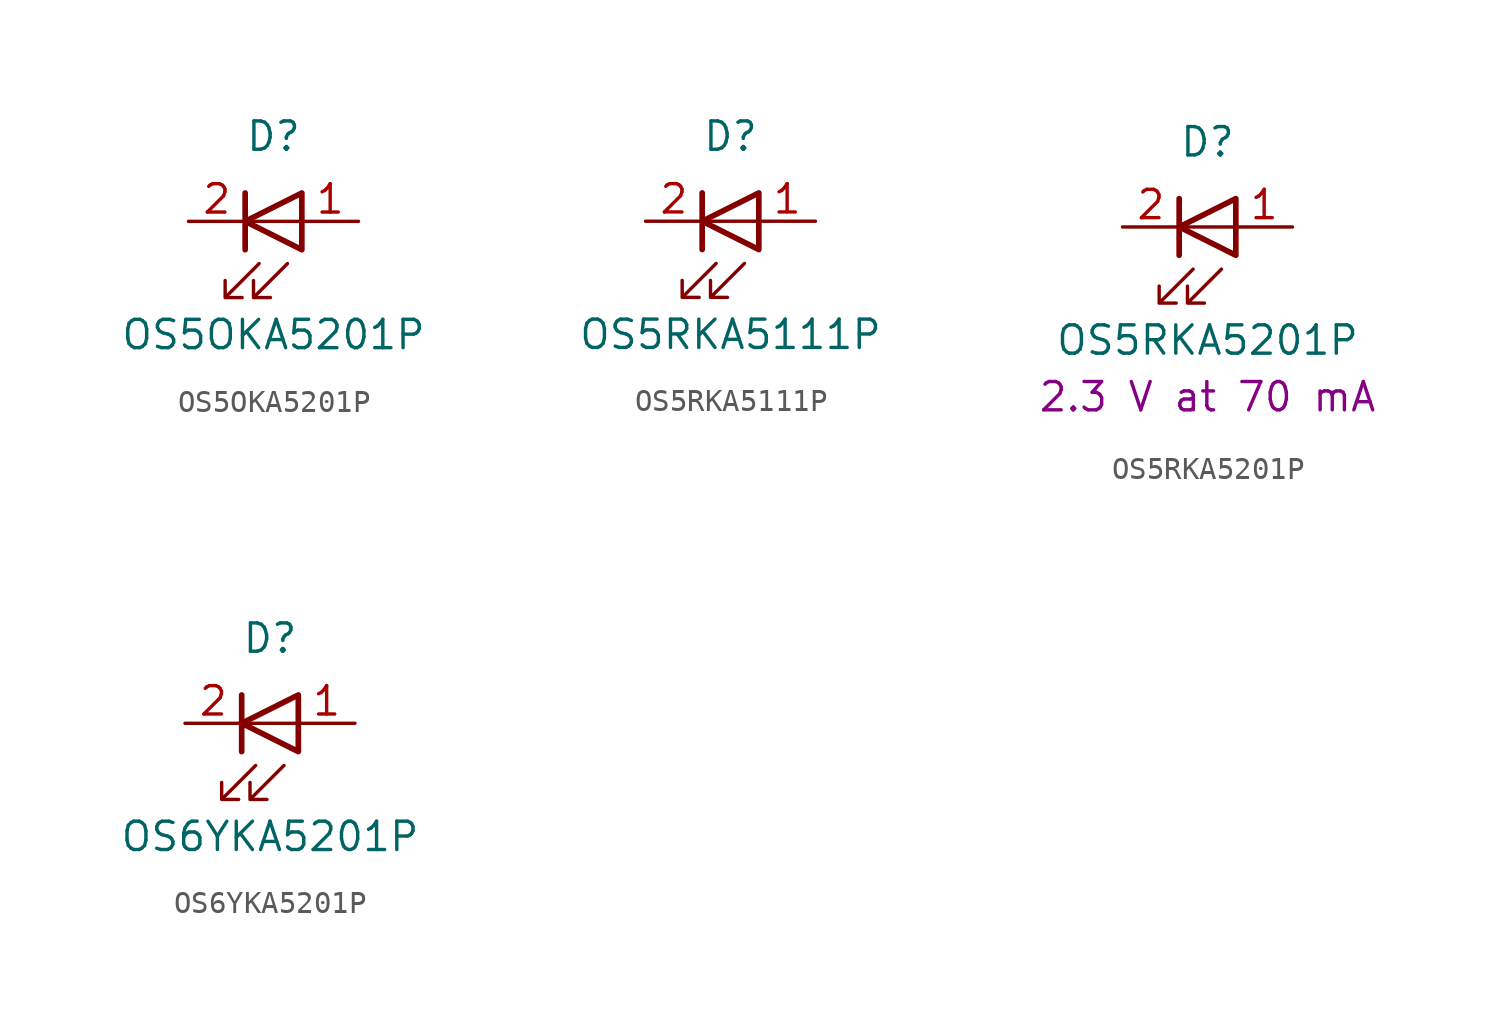
<source format=kicad_sym>
(kicad_symbol_lib
  (version 20220914)
  (generator kicad_symbol_editor)
  (symbol "OS5OKA5201P"
    (pin_names hide)
    (property "Reference" "D"
      (at 0 3.81 0)
      (effects (font (size 1.27 1.27))))
    (property "Value" "OS5OKA5201P"
      (at 0 -5.08 0)
      (effects (font (size 1.27 1.27))))
    (symbol "OS5OKA5201P_0_1"
      (polyline (pts (xy -1.27 -1.27) (xy -1.27 1.27)) (stroke (width 0.254) (type default)) (fill (type none)))
      (polyline (pts (xy -1.27 0) (xy 1.27 0)) (stroke (width 0) (type default)) (fill (type none)))
      (polyline (pts (xy 1.27 -1.27) (xy 1.27 1.27) (xy -1.27 0) (xy 1.27 -1.27)) (stroke (width 0.254) (type default)) (fill (type none)))
      (polyline (pts (xy -0.643 -1.891) (xy -2.167 -3.415) (xy -1.405 -3.415) (xy -2.167 -3.415) (xy -2.167 -2.653)) (stroke (width 0) (type default)) (fill (type none)))
      (polyline (pts (xy 0.627 -1.891) (xy -0.897 -3.415) (xy -0.135 -3.415) (xy -0.897 -3.415) (xy -0.897 -2.653)) (stroke (width 0) (type default)) (fill (type none))))
    (symbol "OS5OKA5201P_1_1"
      (pin passive line (at 3.81 0 180) (length 2.54) (name "A" (effects (font (size 1.27 1.27)))) (number "1" (effects (font (size 1.27 1.27)))))
      (pin passive line (at -3.81 0 0) (length 2.54) (name "K" (effects (font (size 1.27 1.27)))) (number "2" (effects (font (size 1.27 1.27)))))))
  (symbol "OS5RKA5111P"
    (pin_names hide)
    (property "Reference" "D"
      (at 0 3.81 0)
      (effects (font (size 1.27 1.27))))
    (property "Value" "OS5RKA5111P"
      (at 0 -5.08 0)
      (effects (font (size 1.27 1.27))))
    (symbol "OS5RKA5111P_0_1"
      (polyline (pts (xy -1.27 -1.27) (xy -1.27 1.27)) (stroke (width 0.254) (type default)) (fill (type none)))
      (polyline (pts (xy -1.27 0) (xy 1.27 0)) (stroke (width 0) (type default)) (fill (type none)))
      (polyline (pts (xy 1.27 -1.27) (xy 1.27 1.27) (xy -1.27 0) (xy 1.27 -1.27)) (stroke (width 0.254) (type default)) (fill (type none)))
      (polyline (pts (xy -0.643 -1.891) (xy -2.167 -3.415) (xy -1.405 -3.415) (xy -2.167 -3.415) (xy -2.167 -2.653)) (stroke (width 0) (type default)) (fill (type none)))
      (polyline (pts (xy 0.627 -1.891) (xy -0.897 -3.415) (xy -0.135 -3.415) (xy -0.897 -3.415) (xy -0.897 -2.653)) (stroke (width 0) (type default)) (fill (type none))))
    (symbol "OS5RKA5111P_1_1"
      (pin passive line (at 3.81 0 180) (length 2.54) (name "A" (effects (font (size 1.27 1.27)))) (number "1" (effects (font (size 1.27 1.27)))))
      (pin passive line (at -3.81 0 0) (length 2.54) (name "K" (effects (font (size 1.27 1.27)))) (number "2" (effects (font (size 1.27 1.27)))))))
  (symbol "OS5RKA5201P"
    (pin_names hide)
    (property "Reference" "D"
      (at 0 3.81 0)
      (effects (font (size 1.27 1.27))))
    (property "Value" "OS5RKA5201P"
      (at 0 -5.08 0)
      (effects (font (size 1.27 1.27))))
    (property "V_I" "2.3 V at 70 mA"
      (at 0 -7.62 0)
      (effects (font (size 1.27 1.27))))
    (symbol "OS5RKA5201P_0_1"
      (polyline (pts (xy -1.27 -1.27) (xy -1.27 1.27)) (stroke (width 0.254) (type default)) (fill (type none)))
      (polyline (pts (xy -1.27 0) (xy 1.27 0)) (stroke (width 0) (type default)) (fill (type none)))
      (polyline (pts (xy 1.27 -1.27) (xy 1.27 1.27) (xy -1.27 0) (xy 1.27 -1.27)) (stroke (width 0.254) (type default)) (fill (type none)))
      (polyline (pts (xy -0.643 -1.891) (xy -2.167 -3.415) (xy -1.405 -3.415) (xy -2.167 -3.415) (xy -2.167 -2.653)) (stroke (width 0) (type default)) (fill (type none)))
      (polyline (pts (xy 0.627 -1.891) (xy -0.897 -3.415) (xy -0.135 -3.415) (xy -0.897 -3.415) (xy -0.897 -2.653)) (stroke (width 0) (type default)) (fill (type none))))
    (symbol "OS5RKA5201P_1_1"
      (pin passive line (at 3.81 0 180) (length 2.54) (name "A" (effects (font (size 1.27 1.27)))) (number "1" (effects (font (size 1.27 1.27)))))
      (pin passive line (at -3.81 0 0) (length 2.54) (name "K" (effects (font (size 1.27 1.27)))) (number "2" (effects (font (size 1.27 1.27)))))))
  (symbol "OS6YKA5201P"
    (pin_names hide)
    (property "Reference" "D"
      (at 0 3.81 0)
      (effects (font (size 1.27 1.27))))
    (property "Value" "OS6YKA5201P"
      (at 0 -5.08 0)
      (effects (font (size 1.27 1.27))))
    (symbol "OS6YKA5201P_0_1"
      (polyline (pts (xy -1.27 -1.27) (xy -1.27 1.27)) (stroke (width 0.254) (type default)) (fill (type none)))
      (polyline (pts (xy -1.27 0) (xy 1.27 0)) (stroke (width 0) (type default)) (fill (type none)))
      (polyline (pts (xy 1.27 -1.27) (xy 1.27 1.27) (xy -1.27 0) (xy 1.27 -1.27)) (stroke (width 0.254) (type default)) (fill (type none)))
      (polyline (pts (xy -0.643 -1.891) (xy -2.167 -3.415) (xy -1.405 -3.415) (xy -2.167 -3.415) (xy -2.167 -2.653)) (stroke (width 0) (type default)) (fill (type none)))
      (polyline (pts (xy 0.627 -1.891) (xy -0.897 -3.415) (xy -0.135 -3.415) (xy -0.897 -3.415) (xy -0.897 -2.653)) (stroke (width 0) (type default)) (fill (type none))))
    (symbol "OS6YKA5201P_1_1"
      (pin passive line (at 3.81 0 180) (length 2.54) (name "A" (effects (font (size 1.27 1.27)))) (number "1" (effects (font (size 1.27 1.27)))))
      (pin passive line (at -3.81 0 0) (length 2.54) (name "K" (effects (font (size 1.27 1.27)))) (number "2" (effects (font (size 1.27 1.27))))))))
</source>
